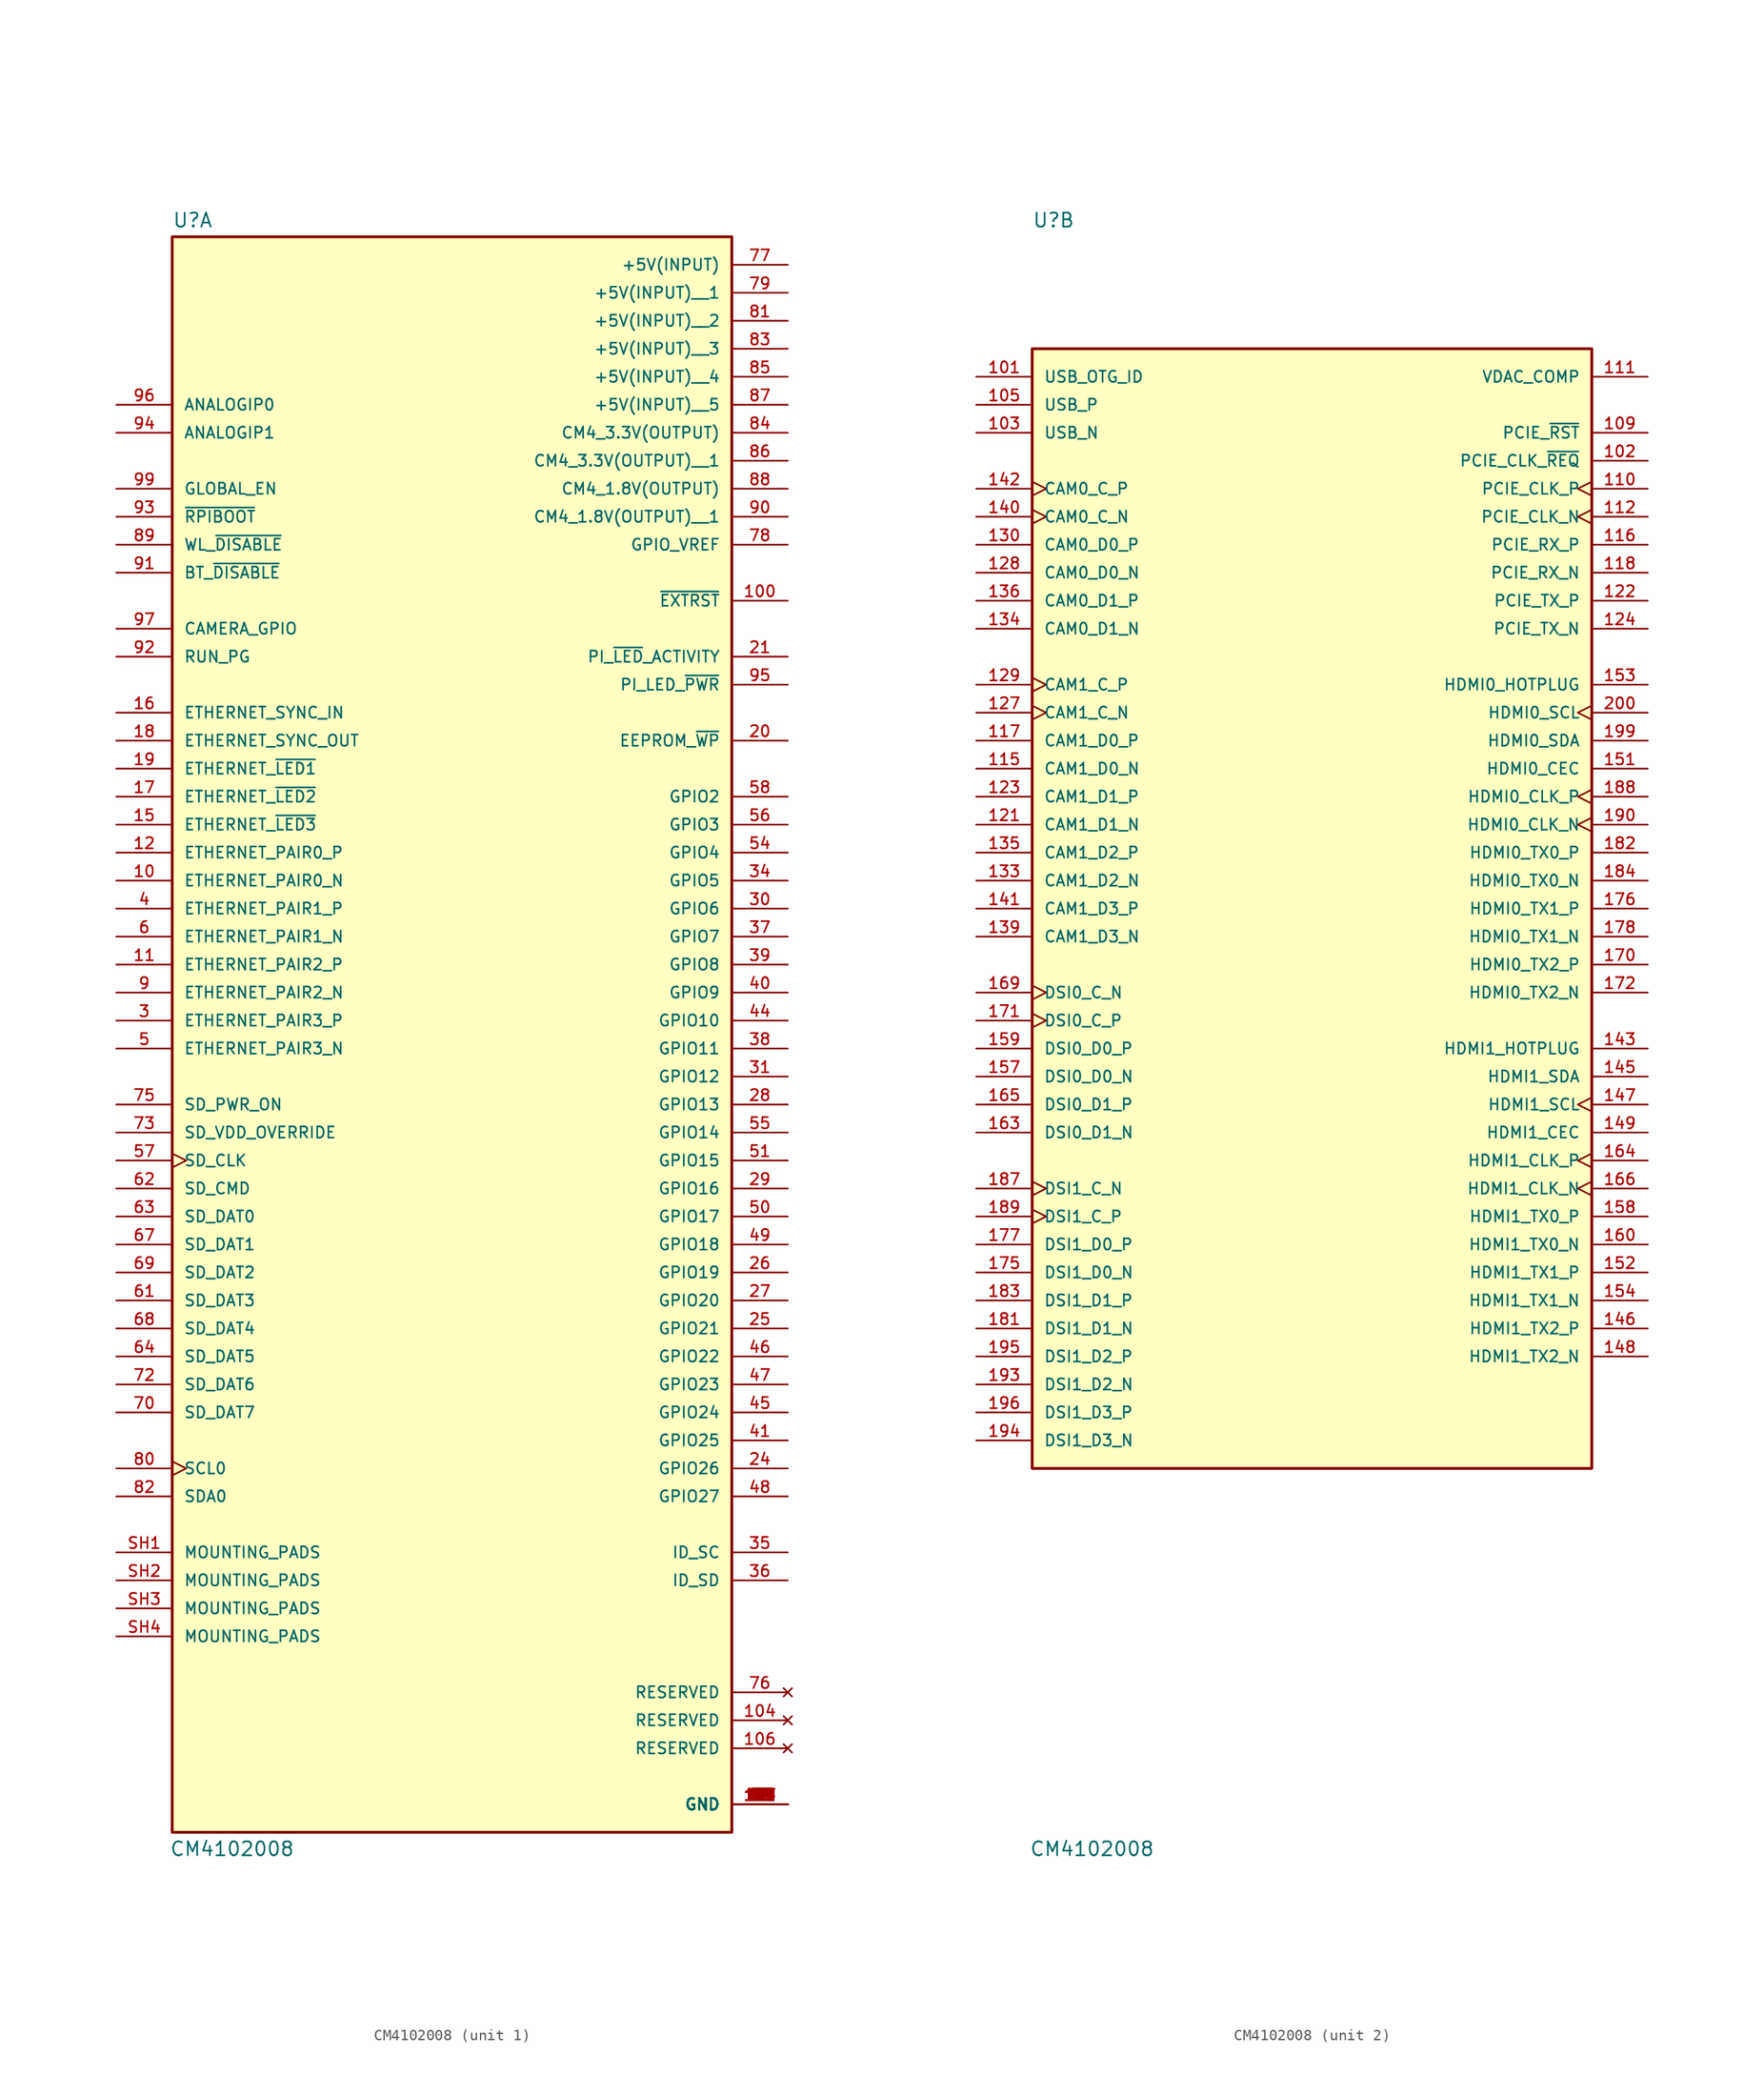
<source format=kicad_sym>
(kicad_symbol_lib
  (version 20241209)
  (generator "kicad_symbol_editor")
  (generator_version "9.0")
  (symbol "CM4102008"
    (pin_names
      (offset 1.016))
    (property "Reference" "U"
      (at -25.4 61.722 0)
      (effects (font (size 1.27 1.27)) (justify left bottom)))
    (property "Value" "CM4102008"
      (at -25.654 -84.582 0)
      (effects (font (size 1.27 1.27)) (justify left top)))
    (symbol "CM4102008_1_0"
      (rectangle (start -25.4 60.96) (end 25.4 -83.82) (stroke (width 0.254) (type default)) (fill (type background)))
      (pin input line (at -30.48 45.72 0) (length 5.08) (name "ANALOGIP0" (effects (font (size 1.016 1.016)))) (number "96" (effects (font (size 1.016 1.016)))))
      (pin input line (at -30.48 43.18 0) (length 5.08) (name "ANALOGIP1" (effects (font (size 1.016 1.016)))) (number "94" (effects (font (size 1.016 1.016)))))
      (pin input line (at -30.48 38.1 0) (length 5.08) (name "GLOBAL_EN" (effects (font (size 1.016 1.016)))) (number "99" (effects (font (size 1.016 1.016)))))
      (pin input line (at -30.48 35.56 0) (length 5.08) (name "~{RPIBOOT}" (effects (font (size 1.016 1.016)))) (number "93" (effects (font (size 1.016 1.016)))))
      (pin input line (at -30.48 33.02 0) (length 5.08) (name "WL_~{DISABLE}" (effects (font (size 1.016 1.016)))) (number "89" (effects (font (size 1.016 1.016)))))
      (pin input line (at -30.48 30.48 0) (length 5.08) (name "BT_~{DISABLE}" (effects (font (size 1.016 1.016)))) (number "91" (effects (font (size 1.016 1.016)))))
      (pin bidirectional line (at -30.48 25.4 0) (length 5.08) (name "CAMERA_GPIO" (effects (font (size 1.016 1.016)))) (number "97" (effects (font (size 1.016 1.016)))))
      (pin bidirectional line (at -30.48 22.86 0) (length 5.08) (name "RUN_PG" (effects (font (size 1.016 1.016)))) (number "92" (effects (font (size 1.016 1.016)))))
      (pin input line (at -30.48 17.78 0) (length 5.08) (name "ETHERNET_SYNC_IN" (effects (font (size 1.016 1.016)))) (number "16" (effects (font (size 1.016 1.016)))))
      (pin output line (at -30.48 15.24 0) (length 5.08) (name "ETHERNET_SYNC_OUT" (effects (font (size 1.016 1.016)))) (number "18" (effects (font (size 1.016 1.016)))))
      (pin output line (at -30.48 12.7 0) (length 5.08) (name "ETHERNET_~{LED1}" (effects (font (size 1.016 1.016)))) (number "19" (effects (font (size 1.016 1.016)))))
      (pin output line (at -30.48 10.16 0) (length 5.08) (name "ETHERNET_~{LED2}" (effects (font (size 1.016 1.016)))) (number "17" (effects (font (size 1.016 1.016)))))
      (pin output line (at -30.48 7.62 0) (length 5.08) (name "ETHERNET_~{LED3}" (effects (font (size 1.016 1.016)))) (number "15" (effects (font (size 1.016 1.016)))))
      (pin bidirectional line (at -30.48 5.08 0) (length 5.08) (name "ETHERNET_PAIR0_P" (effects (font (size 1.016 1.016)))) (number "12" (effects (font (size 1.016 1.016)))))
      (pin bidirectional line (at -30.48 2.54 0) (length 5.08) (name "ETHERNET_PAIR0_N" (effects (font (size 1.016 1.016)))) (number "10" (effects (font (size 1.016 1.016)))))
      (pin bidirectional line (at -30.48 0 0) (length 5.08) (name "ETHERNET_PAIR1_P" (effects (font (size 1.016 1.016)))) (number "4" (effects (font (size 1.016 1.016)))))
      (pin bidirectional line (at -30.48 -2.54 0) (length 5.08) (name "ETHERNET_PAIR1_N" (effects (font (size 1.016 1.016)))) (number "6" (effects (font (size 1.016 1.016)))))
      (pin bidirectional line (at -30.48 -5.08 0) (length 5.08) (name "ETHERNET_PAIR2_P" (effects (font (size 1.016 1.016)))) (number "11" (effects (font (size 1.016 1.016)))))
      (pin bidirectional line (at -30.48 -7.62 0) (length 5.08) (name "ETHERNET_PAIR2_N" (effects (font (size 1.016 1.016)))) (number "9" (effects (font (size 1.016 1.016)))))
      (pin bidirectional line (at -30.48 -10.16 0) (length 5.08) (name "ETHERNET_PAIR3_P" (effects (font (size 1.016 1.016)))) (number "3" (effects (font (size 1.016 1.016)))))
      (pin bidirectional line (at -30.48 -12.7 0) (length 5.08) (name "ETHERNET_PAIR3_N" (effects (font (size 1.016 1.016)))) (number "5" (effects (font (size 1.016 1.016)))))
      (pin output line (at -30.48 -17.78 0) (length 5.08) (name "SD_PWR_ON" (effects (font (size 1.016 1.016)))) (number "75" (effects (font (size 1.016 1.016)))))
      (pin input line (at -30.48 -20.32 0) (length 5.08) (name "SD_VDD_OVERRIDE" (effects (font (size 1.016 1.016)))) (number "73" (effects (font (size 1.016 1.016)))))
      (pin bidirectional clock (at -30.48 -22.86 0) (length 5.08) (name "SD_CLK" (effects (font (size 1.016 1.016)))) (number "57" (effects (font (size 1.016 1.016)))))
      (pin input line (at -30.48 -25.4 0) (length 5.08) (name "SD_CMD" (effects (font (size 1.016 1.016)))) (number "62" (effects (font (size 1.016 1.016)))))
      (pin bidirectional line (at -30.48 -27.94 0) (length 5.08) (name "SD_DAT0" (effects (font (size 1.016 1.016)))) (number "63" (effects (font (size 1.016 1.016)))))
      (pin bidirectional line (at -30.48 -30.48 0) (length 5.08) (name "SD_DAT1" (effects (font (size 1.016 1.016)))) (number "67" (effects (font (size 1.016 1.016)))))
      (pin bidirectional line (at -30.48 -33.02 0) (length 5.08) (name "SD_DAT2" (effects (font (size 1.016 1.016)))) (number "69" (effects (font (size 1.016 1.016)))))
      (pin bidirectional line (at -30.48 -35.56 0) (length 5.08) (name "SD_DAT3" (effects (font (size 1.016 1.016)))) (number "61" (effects (font (size 1.016 1.016)))))
      (pin bidirectional line (at -30.48 -38.1 0) (length 5.08) (name "SD_DAT4" (effects (font (size 1.016 1.016)))) (number "68" (effects (font (size 1.016 1.016)))))
      (pin bidirectional line (at -30.48 -40.64 0) (length 5.08) (name "SD_DAT5" (effects (font (size 1.016 1.016)))) (number "64" (effects (font (size 1.016 1.016)))))
      (pin bidirectional line (at -30.48 -43.18 0) (length 5.08) (name "SD_DAT6" (effects (font (size 1.016 1.016)))) (number "72" (effects (font (size 1.016 1.016)))))
      (pin bidirectional line (at -30.48 -45.72 0) (length 5.08) (name "SD_DAT7" (effects (font (size 1.016 1.016)))) (number "70" (effects (font (size 1.016 1.016)))))
      (pin input clock (at -30.48 -50.8 0) (length 5.08) (name "SCL0" (effects (font (size 1.016 1.016)))) (number "80" (effects (font (size 1.016 1.016)))))
      (pin bidirectional line (at -30.48 -53.34 0) (length 5.08) (name "SDA0" (effects (font (size 1.016 1.016)))) (number "82" (effects (font (size 1.016 1.016)))))
      (pin passive line (at -30.48 -58.42 0) (length 5.08) (name "MOUNTING_PADS" (effects (font (size 1.016 1.016)))) (number "SH1" (effects (font (size 1.016 1.016)))))
      (pin passive line (at -30.48 -60.96 0) (length 5.08) (name "MOUNTING_PADS" (effects (font (size 1.016 1.016)))) (number "SH2" (effects (font (size 1.016 1.016)))))
      (pin passive line (at -30.48 -63.5 0) (length 5.08) (name "MOUNTING_PADS" (effects (font (size 1.016 1.016)))) (number "SH3" (effects (font (size 1.016 1.016)))))
      (pin passive line (at -30.48 -66.04 0) (length 5.08) (name "MOUNTING_PADS" (effects (font (size 1.016 1.016)))) (number "SH4" (effects (font (size 1.016 1.016)))))
      (pin power_in line (at 30.48 58.42 180) (length 5.08) (name "+5V(INPUT)" (effects (font (size 1.016 1.016)))) (number "77" (effects (font (size 1.016 1.016)))))
      (pin power_in line (at 30.48 55.88 180) (length 5.08) (name "+5V(INPUT)__1" (effects (font (size 1.016 1.016)))) (number "79" (effects (font (size 1.016 1.016)))))
      (pin power_in line (at 30.48 53.34 180) (length 5.08) (name "+5V(INPUT)__2" (effects (font (size 1.016 1.016)))) (number "81" (effects (font (size 1.016 1.016)))))
      (pin power_in line (at 30.48 50.8 180) (length 5.08) (name "+5V(INPUT)__3" (effects (font (size 1.016 1.016)))) (number "83" (effects (font (size 1.016 1.016)))))
      (pin power_in line (at 30.48 48.26 180) (length 5.08) (name "+5V(INPUT)__4" (effects (font (size 1.016 1.016)))) (number "85" (effects (font (size 1.016 1.016)))))
      (pin power_in line (at 30.48 45.72 180) (length 5.08) (name "+5V(INPUT)__5" (effects (font (size 1.016 1.016)))) (number "87" (effects (font (size 1.016 1.016)))))
      (pin power_in line (at 30.48 43.18 180) (length 5.08) (name "CM4_3.3V(OUTPUT)" (effects (font (size 1.016 1.016)))) (number "84" (effects (font (size 1.016 1.016)))))
      (pin power_in line (at 30.48 40.64 180) (length 5.08) (name "CM4_3.3V(OUTPUT)__1" (effects (font (size 1.016 1.016)))) (number "86" (effects (font (size 1.016 1.016)))))
      (pin power_in line (at 30.48 38.1 180) (length 5.08) (name "CM4_1.8V(OUTPUT)" (effects (font (size 1.016 1.016)))) (number "88" (effects (font (size 1.016 1.016)))))
      (pin power_in line (at 30.48 35.56 180) (length 5.08) (name "CM4_1.8V(OUTPUT)__1" (effects (font (size 1.016 1.016)))) (number "90" (effects (font (size 1.016 1.016)))))
      (pin power_in line (at 30.48 33.02 180) (length 5.08) (name "GPIO_VREF" (effects (font (size 1.016 1.016)))) (number "78" (effects (font (size 1.016 1.016)))))
      (pin output line (at 30.48 27.94 180) (length 5.08) (name "~{EXTRST}" (effects (font (size 1.016 1.016)))) (number "100" (effects (font (size 1.016 1.016)))))
      (pin bidirectional line (at 30.48 22.86 180) (length 5.08) (name "PI_~{LED}_ACTIVITY" (effects (font (size 1.016 1.016)))) (number "21" (effects (font (size 1.016 1.016)))))
      (pin output line (at 30.48 20.32 180) (length 5.08) (name "PI_LED_~{PWR}" (effects (font (size 1.016 1.016)))) (number "95" (effects (font (size 1.016 1.016)))))
      (pin bidirectional line (at 30.48 15.24 180) (length 5.08) (name "EEPROM_~{WP}" (effects (font (size 1.016 1.016)))) (number "20" (effects (font (size 1.016 1.016)))))
      (pin bidirectional line (at 30.48 10.16 180) (length 5.08) (name "GPIO2" (effects (font (size 1.016 1.016)))) (number "58" (effects (font (size 1.016 1.016)))))
      (pin bidirectional line (at 30.48 7.62 180) (length 5.08) (name "GPIO3" (effects (font (size 1.016 1.016)))) (number "56" (effects (font (size 1.016 1.016)))))
      (pin bidirectional line (at 30.48 5.08 180) (length 5.08) (name "GPIO4" (effects (font (size 1.016 1.016)))) (number "54" (effects (font (size 1.016 1.016)))))
      (pin bidirectional line (at 30.48 2.54 180) (length 5.08) (name "GPIO5" (effects (font (size 1.016 1.016)))) (number "34" (effects (font (size 1.016 1.016)))))
      (pin bidirectional line (at 30.48 0 180) (length 5.08) (name "GPIO6" (effects (font (size 1.016 1.016)))) (number "30" (effects (font (size 1.016 1.016)))))
      (pin bidirectional line (at 30.48 -2.54 180) (length 5.08) (name "GPIO7" (effects (font (size 1.016 1.016)))) (number "37" (effects (font (size 1.016 1.016)))))
      (pin bidirectional line (at 30.48 -5.08 180) (length 5.08) (name "GPIO8" (effects (font (size 1.016 1.016)))) (number "39" (effects (font (size 1.016 1.016)))))
      (pin bidirectional line (at 30.48 -7.62 180) (length 5.08) (name "GPIO9" (effects (font (size 1.016 1.016)))) (number "40" (effects (font (size 1.016 1.016)))))
      (pin bidirectional line (at 30.48 -10.16 180) (length 5.08) (name "GPIO10" (effects (font (size 1.016 1.016)))) (number "44" (effects (font (size 1.016 1.016)))))
      (pin bidirectional line (at 30.48 -12.7 180) (length 5.08) (name "GPIO11" (effects (font (size 1.016 1.016)))) (number "38" (effects (font (size 1.016 1.016)))))
      (pin bidirectional line (at 30.48 -15.24 180) (length 5.08) (name "GPIO12" (effects (font (size 1.016 1.016)))) (number "31" (effects (font (size 1.016 1.016)))))
      (pin bidirectional line (at 30.48 -17.78 180) (length 5.08) (name "GPIO13" (effects (font (size 1.016 1.016)))) (number "28" (effects (font (size 1.016 1.016)))))
      (pin bidirectional line (at 30.48 -20.32 180) (length 5.08) (name "GPIO14" (effects (font (size 1.016 1.016)))) (number "55" (effects (font (size 1.016 1.016)))))
      (pin bidirectional line (at 30.48 -22.86 180) (length 5.08) (name "GPIO15" (effects (font (size 1.016 1.016)))) (number "51" (effects (font (size 1.016 1.016)))))
      (pin bidirectional line (at 30.48 -25.4 180) (length 5.08) (name "GPIO16" (effects (font (size 1.016 1.016)))) (number "29" (effects (font (size 1.016 1.016)))))
      (pin bidirectional line (at 30.48 -27.94 180) (length 5.08) (name "GPIO17" (effects (font (size 1.016 1.016)))) (number "50" (effects (font (size 1.016 1.016)))))
      (pin bidirectional line (at 30.48 -30.48 180) (length 5.08) (name "GPIO18" (effects (font (size 1.016 1.016)))) (number "49" (effects (font (size 1.016 1.016)))))
      (pin bidirectional line (at 30.48 -33.02 180) (length 5.08) (name "GPIO19" (effects (font (size 1.016 1.016)))) (number "26" (effects (font (size 1.016 1.016)))))
      (pin bidirectional line (at 30.48 -35.56 180) (length 5.08) (name "GPIO20" (effects (font (size 1.016 1.016)))) (number "27" (effects (font (size 1.016 1.016)))))
      (pin bidirectional line (at 30.48 -38.1 180) (length 5.08) (name "GPIO21" (effects (font (size 1.016 1.016)))) (number "25" (effects (font (size 1.016 1.016)))))
      (pin bidirectional line (at 30.48 -40.64 180) (length 5.08) (name "GPIO22" (effects (font (size 1.016 1.016)))) (number "46" (effects (font (size 1.016 1.016)))))
      (pin bidirectional line (at 30.48 -43.18 180) (length 5.08) (name "GPIO23" (effects (font (size 1.016 1.016)))) (number "47" (effects (font (size 1.016 1.016)))))
      (pin bidirectional line (at 30.48 -45.72 180) (length 5.08) (name "GPIO24" (effects (font (size 1.016 1.016)))) (number "45" (effects (font (size 1.016 1.016)))))
      (pin bidirectional line (at 30.48 -48.26 180) (length 5.08) (name "GPIO25" (effects (font (size 1.016 1.016)))) (number "41" (effects (font (size 1.016 1.016)))))
      (pin bidirectional line (at 30.48 -50.8 180) (length 5.08) (name "GPIO26" (effects (font (size 1.016 1.016)))) (number "24" (effects (font (size 1.016 1.016)))))
      (pin bidirectional line (at 30.48 -53.34 180) (length 5.08) (name "GPIO27" (effects (font (size 1.016 1.016)))) (number "48" (effects (font (size 1.016 1.016)))))
      (pin bidirectional line (at 30.48 -58.42 180) (length 5.08) (name "ID_SC" (effects (font (size 1.016 1.016)))) (number "35" (effects (font (size 1.016 1.016)))))
      (pin bidirectional line (at 30.48 -60.96 180) (length 5.08) (name "ID_SD" (effects (font (size 1.016 1.016)))) (number "36" (effects (font (size 1.016 1.016)))))
      (pin no_connect line (at 30.48 -71.12 180) (length 5.08) (name "RESERVED" (effects (font (size 1.016 1.016)))) (number "76" (effects (font (size 1.016 1.016)))))
      (pin no_connect line (at 30.48 -73.66 180) (length 5.08) (name "RESERVED" (effects (font (size 1.016 1.016)))) (number "104" (effects (font (size 1.016 1.016)))))
      (pin no_connect line (at 30.48 -76.2 180) (length 5.08) (name "RESERVED" (effects (font (size 1.016 1.016)))) (number "106" (effects (font (size 1.016 1.016)))))
      (pin power_in line (at 30.48 -81.28 180) (length 5.08) (name "GND" (effects (font (size 1.016 1.016)))) (number "1" (effects (font (size 1.016 1.016)))))
      (pin power_in line (at 30.48 -81.28 180) (length 5.08) (name "GND" (effects (font (size 1.016 1.016)))) (number "107" (effects (font (size 1.016 1.016)))))
      (pin power_in line (at 30.48 -81.28 180) (length 5.08) (name "GND" (effects (font (size 1.016 1.016)))) (number "108" (effects (font (size 1.016 1.016)))))
      (pin power_in line (at 30.48 -81.28 180) (length 5.08) (name "GND" (effects (font (size 1.016 1.016)))) (number "113" (effects (font (size 1.016 1.016)))))
      (pin power_in line (at 30.48 -81.28 180) (length 5.08) (name "GND" (effects (font (size 1.016 1.016)))) (number "114" (effects (font (size 1.016 1.016)))))
      (pin power_in line (at 30.48 -81.28 180) (length 5.08) (name "GND" (effects (font (size 1.016 1.016)))) (number "119" (effects (font (size 1.016 1.016)))))
      (pin power_in line (at 30.48 -81.28 180) (length 5.08) (name "GND" (effects (font (size 1.016 1.016)))) (number "120" (effects (font (size 1.016 1.016)))))
      (pin power_in line (at 30.48 -81.28 180) (length 5.08) (name "GND" (effects (font (size 1.016 1.016)))) (number "125" (effects (font (size 1.016 1.016)))))
      (pin power_in line (at 30.48 -81.28 180) (length 5.08) (name "GND" (effects (font (size 1.016 1.016)))) (number "126" (effects (font (size 1.016 1.016)))))
      (pin power_in line (at 30.48 -81.28 180) (length 5.08) (name "GND" (effects (font (size 1.016 1.016)))) (number "13" (effects (font (size 1.016 1.016)))))
      (pin power_in line (at 30.48 -81.28 180) (length 5.08) (name "GND" (effects (font (size 1.016 1.016)))) (number "131" (effects (font (size 1.016 1.016)))))
      (pin power_in line (at 30.48 -81.28 180) (length 5.08) (name "GND" (effects (font (size 1.016 1.016)))) (number "132" (effects (font (size 1.016 1.016)))))
      (pin power_in line (at 30.48 -81.28 180) (length 5.08) (name "GND" (effects (font (size 1.016 1.016)))) (number "137" (effects (font (size 1.016 1.016)))))
      (pin power_in line (at 30.48 -81.28 180) (length 5.08) (name "GND" (effects (font (size 1.016 1.016)))) (number "138" (effects (font (size 1.016 1.016)))))
      (pin power_in line (at 30.48 -81.28 180) (length 5.08) (name "GND" (effects (font (size 1.016 1.016)))) (number "14" (effects (font (size 1.016 1.016)))))
      (pin power_in line (at 30.48 -81.28 180) (length 5.08) (name "GND" (effects (font (size 1.016 1.016)))) (number "144" (effects (font (size 1.016 1.016)))))
      (pin power_in line (at 30.48 -81.28 180) (length 5.08) (name "GND" (effects (font (size 1.016 1.016)))) (number "150" (effects (font (size 1.016 1.016)))))
      (pin power_in line (at 30.48 -81.28 180) (length 5.08) (name "GND" (effects (font (size 1.016 1.016)))) (number "155" (effects (font (size 1.016 1.016)))))
      (pin power_in line (at 30.48 -81.28 180) (length 5.08) (name "GND" (effects (font (size 1.016 1.016)))) (number "156" (effects (font (size 1.016 1.016)))))
      (pin power_in line (at 30.48 -81.28 180) (length 5.08) (name "GND" (effects (font (size 1.016 1.016)))) (number "161" (effects (font (size 1.016 1.016)))))
      (pin power_in line (at 30.48 -81.28 180) (length 5.08) (name "GND" (effects (font (size 1.016 1.016)))) (number "162" (effects (font (size 1.016 1.016)))))
      (pin power_in line (at 30.48 -81.28 180) (length 5.08) (name "GND" (effects (font (size 1.016 1.016)))) (number "167" (effects (font (size 1.016 1.016)))))
      (pin power_in line (at 30.48 -81.28 180) (length 5.08) (name "GND" (effects (font (size 1.016 1.016)))) (number "168" (effects (font (size 1.016 1.016)))))
      (pin power_in line (at 30.48 -81.28 180) (length 5.08) (name "GND" (effects (font (size 1.016 1.016)))) (number "173" (effects (font (size 1.016 1.016)))))
      (pin power_in line (at 30.48 -81.28 180) (length 5.08) (name "GND" (effects (font (size 1.016 1.016)))) (number "174" (effects (font (size 1.016 1.016)))))
      (pin power_in line (at 30.48 -81.28 180) (length 5.08) (name "GND" (effects (font (size 1.016 1.016)))) (number "179" (effects (font (size 1.016 1.016)))))
      (pin power_in line (at 30.48 -81.28 180) (length 5.08) (name "GND" (effects (font (size 1.016 1.016)))) (number "180" (effects (font (size 1.016 1.016)))))
      (pin power_in line (at 30.48 -81.28 180) (length 5.08) (name "GND" (effects (font (size 1.016 1.016)))) (number "185" (effects (font (size 1.016 1.016)))))
      (pin power_in line (at 30.48 -81.28 180) (length 5.08) (name "GND" (effects (font (size 1.016 1.016)))) (number "186" (effects (font (size 1.016 1.016)))))
      (pin power_in line (at 30.48 -81.28 180) (length 5.08) (name "GND" (effects (font (size 1.016 1.016)))) (number "191" (effects (font (size 1.016 1.016)))))
      (pin power_in line (at 30.48 -81.28 180) (length 5.08) (name "GND" (effects (font (size 1.016 1.016)))) (number "192" (effects (font (size 1.016 1.016)))))
      (pin power_in line (at 30.48 -81.28 180) (length 5.08) (name "GND" (effects (font (size 1.016 1.016)))) (number "197" (effects (font (size 1.016 1.016)))))
      (pin power_in line (at 30.48 -81.28 180) (length 5.08) (name "GND" (effects (font (size 1.016 1.016)))) (number "198" (effects (font (size 1.016 1.016)))))
      (pin power_in line (at 30.48 -81.28 180) (length 5.08) (name "GND" (effects (font (size 1.016 1.016)))) (number "2" (effects (font (size 1.016 1.016)))))
      (pin power_in line (at 30.48 -81.28 180) (length 5.08) (name "GND" (effects (font (size 1.016 1.016)))) (number "22" (effects (font (size 1.016 1.016)))))
      (pin power_in line (at 30.48 -81.28 180) (length 5.08) (name "GND" (effects (font (size 1.016 1.016)))) (number "23" (effects (font (size 1.016 1.016)))))
      (pin power_in line (at 30.48 -81.28 180) (length 5.08) (name "GND" (effects (font (size 1.016 1.016)))) (number "32" (effects (font (size 1.016 1.016)))))
      (pin power_in line (at 30.48 -81.28 180) (length 5.08) (name "GND" (effects (font (size 1.016 1.016)))) (number "33" (effects (font (size 1.016 1.016)))))
      (pin power_in line (at 30.48 -81.28 180) (length 5.08) (name "GND" (effects (font (size 1.016 1.016)))) (number "42" (effects (font (size 1.016 1.016)))))
      (pin power_in line (at 30.48 -81.28 180) (length 5.08) (name "GND" (effects (font (size 1.016 1.016)))) (number "43" (effects (font (size 1.016 1.016)))))
      (pin power_in line (at 30.48 -81.28 180) (length 5.08) (name "GND" (effects (font (size 1.016 1.016)))) (number "52" (effects (font (size 1.016 1.016)))))
      (pin power_in line (at 30.48 -81.28 180) (length 5.08) (name "GND" (effects (font (size 1.016 1.016)))) (number "53" (effects (font (size 1.016 1.016)))))
      (pin power_in line (at 30.48 -81.28 180) (length 5.08) (name "GND" (effects (font (size 1.016 1.016)))) (number "59" (effects (font (size 1.016 1.016)))))
      (pin power_in line (at 30.48 -81.28 180) (length 5.08) (name "GND" (effects (font (size 1.016 1.016)))) (number "60" (effects (font (size 1.016 1.016)))))
      (pin power_in line (at 30.48 -81.28 180) (length 5.08) (name "GND" (effects (font (size 1.016 1.016)))) (number "65" (effects (font (size 1.016 1.016)))))
      (pin power_in line (at 30.48 -81.28 180) (length 5.08) (name "GND" (effects (font (size 1.016 1.016)))) (number "66" (effects (font (size 1.016 1.016)))))
      (pin power_in line (at 30.48 -81.28 180) (length 5.08) (name "GND" (effects (font (size 1.016 1.016)))) (number "7" (effects (font (size 1.016 1.016)))))
      (pin power_in line (at 30.48 -81.28 180) (length 5.08) (name "GND" (effects (font (size 1.016 1.016)))) (number "71" (effects (font (size 1.016 1.016)))))
      (pin power_in line (at 30.48 -81.28 180) (length 5.08) (name "GND" (effects (font (size 1.016 1.016)))) (number "74" (effects (font (size 1.016 1.016)))))
      (pin power_in line (at 30.48 -81.28 180) (length 5.08) (name "GND" (effects (font (size 1.016 1.016)))) (number "8" (effects (font (size 1.016 1.016)))))
      (pin power_in line (at 30.48 -81.28 180) (length 5.08) (name "GND" (effects (font (size 1.016 1.016)))) (number "98" (effects (font (size 1.016 1.016))))))
    (symbol "CM4102008_2_0"
      (rectangle (start -25.4 -50.8) (end 25.4 50.8) (stroke (width 0.254) (type default)) (fill (type background)))
      (pin input line (at -30.48 48.26 0) (length 5.08) (name "USB_OTG_ID" (effects (font (size 1.016 1.016)))) (number "101" (effects (font (size 1.016 1.016)))))
      (pin bidirectional line (at -30.48 45.72 0) (length 5.08) (name "USB_P" (effects (font (size 1.016 1.016)))) (number "105" (effects (font (size 1.016 1.016)))))
      (pin bidirectional line (at -30.48 43.18 0) (length 5.08) (name "USB_N" (effects (font (size 1.016 1.016)))) (number "103" (effects (font (size 1.016 1.016)))))
      (pin input clock (at -30.48 38.1 0) (length 5.08) (name "CAM0_C_P" (effects (font (size 1.016 1.016)))) (number "142" (effects (font (size 1.016 1.016)))))
      (pin input clock (at -30.48 35.56 0) (length 5.08) (name "CAM0_C_N" (effects (font (size 1.016 1.016)))) (number "140" (effects (font (size 1.016 1.016)))))
      (pin input line (at -30.48 33.02 0) (length 5.08) (name "CAM0_D0_P" (effects (font (size 1.016 1.016)))) (number "130" (effects (font (size 1.016 1.016)))))
      (pin input line (at -30.48 30.48 0) (length 5.08) (name "CAM0_D0_N" (effects (font (size 1.016 1.016)))) (number "128" (effects (font (size 1.016 1.016)))))
      (pin input line (at -30.48 27.94 0) (length 5.08) (name "CAM0_D1_P" (effects (font (size 1.016 1.016)))) (number "136" (effects (font (size 1.016 1.016)))))
      (pin input line (at -30.48 25.4 0) (length 5.08) (name "CAM0_D1_N" (effects (font (size 1.016 1.016)))) (number "134" (effects (font (size 1.016 1.016)))))
      (pin input clock (at -30.48 20.32 0) (length 5.08) (name "CAM1_C_P" (effects (font (size 1.016 1.016)))) (number "129" (effects (font (size 1.016 1.016)))))
      (pin input clock (at -30.48 17.78 0) (length 5.08) (name "CAM1_C_N" (effects (font (size 1.016 1.016)))) (number "127" (effects (font (size 1.016 1.016)))))
      (pin input line (at -30.48 15.24 0) (length 5.08) (name "CAM1_D0_P" (effects (font (size 1.016 1.016)))) (number "117" (effects (font (size 1.016 1.016)))))
      (pin input line (at -30.48 12.7 0) (length 5.08) (name "CAM1_D0_N" (effects (font (size 1.016 1.016)))) (number "115" (effects (font (size 1.016 1.016)))))
      (pin input line (at -30.48 10.16 0) (length 5.08) (name "CAM1_D1_P" (effects (font (size 1.016 1.016)))) (number "123" (effects (font (size 1.016 1.016)))))
      (pin input line (at -30.48 7.62 0) (length 5.08) (name "CAM1_D1_N" (effects (font (size 1.016 1.016)))) (number "121" (effects (font (size 1.016 1.016)))))
      (pin input line (at -30.48 5.08 0) (length 5.08) (name "CAM1_D2_P" (effects (font (size 1.016 1.016)))) (number "135" (effects (font (size 1.016 1.016)))))
      (pin input line (at -30.48 2.54 0) (length 5.08) (name "CAM1_D2_N" (effects (font (size 1.016 1.016)))) (number "133" (effects (font (size 1.016 1.016)))))
      (pin input line (at -30.48 0 0) (length 5.08) (name "CAM1_D3_P" (effects (font (size 1.016 1.016)))) (number "141" (effects (font (size 1.016 1.016)))))
      (pin input line (at -30.48 -2.54 0) (length 5.08) (name "CAM1_D3_N" (effects (font (size 1.016 1.016)))) (number "139" (effects (font (size 1.016 1.016)))))
      (pin output clock (at -30.48 -7.62 0) (length 5.08) (name "DSI0_C_N" (effects (font (size 1.016 1.016)))) (number "169" (effects (font (size 1.016 1.016)))))
      (pin output clock (at -30.48 -10.16 0) (length 5.08) (name "DSI0_C_P" (effects (font (size 1.016 1.016)))) (number "171" (effects (font (size 1.016 1.016)))))
      (pin output line (at -30.48 -12.7 0) (length 5.08) (name "DSI0_D0_P" (effects (font (size 1.016 1.016)))) (number "159" (effects (font (size 1.016 1.016)))))
      (pin output line (at -30.48 -15.24 0) (length 5.08) (name "DSI0_D0_N" (effects (font (size 1.016 1.016)))) (number "157" (effects (font (size 1.016 1.016)))))
      (pin output line (at -30.48 -17.78 0) (length 5.08) (name "DSI0_D1_P" (effects (font (size 1.016 1.016)))) (number "165" (effects (font (size 1.016 1.016)))))
      (pin output line (at -30.48 -20.32 0) (length 5.08) (name "DSI0_D1_N" (effects (font (size 1.016 1.016)))) (number "163" (effects (font (size 1.016 1.016)))))
      (pin output clock (at -30.48 -25.4 0) (length 5.08) (name "DSI1_C_N" (effects (font (size 1.016 1.016)))) (number "187" (effects (font (size 1.016 1.016)))))
      (pin output clock (at -30.48 -27.94 0) (length 5.08) (name "DSI1_C_P" (effects (font (size 1.016 1.016)))) (number "189" (effects (font (size 1.016 1.016)))))
      (pin output line (at -30.48 -30.48 0) (length 5.08) (name "DSI1_D0_P" (effects (font (size 1.016 1.016)))) (number "177" (effects (font (size 1.016 1.016)))))
      (pin output line (at -30.48 -33.02 0) (length 5.08) (name "DSI1_D0_N" (effects (font (size 1.016 1.016)))) (number "175" (effects (font (size 1.016 1.016)))))
      (pin output line (at -30.48 -35.56 0) (length 5.08) (name "DSI1_D1_P" (effects (font (size 1.016 1.016)))) (number "183" (effects (font (size 1.016 1.016)))))
      (pin output line (at -30.48 -38.1 0) (length 5.08) (name "DSI1_D1_N" (effects (font (size 1.016 1.016)))) (number "181" (effects (font (size 1.016 1.016)))))
      (pin output line (at -30.48 -40.64 0) (length 5.08) (name "DSI1_D2_P" (effects (font (size 1.016 1.016)))) (number "195" (effects (font (size 1.016 1.016)))))
      (pin output line (at -30.48 -43.18 0) (length 5.08) (name "DSI1_D2_N" (effects (font (size 1.016 1.016)))) (number "193" (effects (font (size 1.016 1.016)))))
      (pin output line (at -30.48 -45.72 0) (length 5.08) (name "DSI1_D3_P" (effects (font (size 1.016 1.016)))) (number "196" (effects (font (size 1.016 1.016)))))
      (pin output line (at -30.48 -48.26 0) (length 5.08) (name "DSI1_D3_N" (effects (font (size 1.016 1.016)))) (number "194" (effects (font (size 1.016 1.016)))))
      (pin output line (at 30.48 48.26 180) (length 5.08) (name "VDAC_COMP" (effects (font (size 1.016 1.016)))) (number "111" (effects (font (size 1.016 1.016)))))
      (pin output line (at 30.48 43.18 180) (length 5.08) (name "PCIE_~{RST}" (effects (font (size 1.016 1.016)))) (number "109" (effects (font (size 1.016 1.016)))))
      (pin input line (at 30.48 40.64 180) (length 5.08) (name "PCIE_CLK_~{REQ}" (effects (font (size 1.016 1.016)))) (number "102" (effects (font (size 1.016 1.016)))))
      (pin output clock (at 30.48 38.1 180) (length 5.08) (name "PCIE_CLK_P" (effects (font (size 1.016 1.016)))) (number "110" (effects (font (size 1.016 1.016)))))
      (pin output clock (at 30.48 35.56 180) (length 5.08) (name "PCIE_CLK_N" (effects (font (size 1.016 1.016)))) (number "112" (effects (font (size 1.016 1.016)))))
      (pin input line (at 30.48 33.02 180) (length 5.08) (name "PCIE_RX_P" (effects (font (size 1.016 1.016)))) (number "116" (effects (font (size 1.016 1.016)))))
      (pin input line (at 30.48 30.48 180) (length 5.08) (name "PCIE_RX_N" (effects (font (size 1.016 1.016)))) (number "118" (effects (font (size 1.016 1.016)))))
      (pin output line (at 30.48 27.94 180) (length 5.08) (name "PCIE_TX_P" (effects (font (size 1.016 1.016)))) (number "122" (effects (font (size 1.016 1.016)))))
      (pin output line (at 30.48 25.4 180) (length 5.08) (name "PCIE_TX_N" (effects (font (size 1.016 1.016)))) (number "124" (effects (font (size 1.016 1.016)))))
      (pin input line (at 30.48 20.32 180) (length 5.08) (name "HDMI0_HOTPLUG" (effects (font (size 1.016 1.016)))) (number "153" (effects (font (size 1.016 1.016)))))
      (pin bidirectional clock (at 30.48 17.78 180) (length 5.08) (name "HDMI0_SCL" (effects (font (size 1.016 1.016)))) (number "200" (effects (font (size 1.016 1.016)))))
      (pin bidirectional line (at 30.48 15.24 180) (length 5.08) (name "HDMI0_SDA" (effects (font (size 1.016 1.016)))) (number "199" (effects (font (size 1.016 1.016)))))
      (pin input line (at 30.48 12.7 180) (length 5.08) (name "HDMI0_CEC" (effects (font (size 1.016 1.016)))) (number "151" (effects (font (size 1.016 1.016)))))
      (pin output clock (at 30.48 10.16 180) (length 5.08) (name "HDMI0_CLK_P" (effects (font (size 1.016 1.016)))) (number "188" (effects (font (size 1.016 1.016)))))
      (pin output clock (at 30.48 7.62 180) (length 5.08) (name "HDMI0_CLK_N" (effects (font (size 1.016 1.016)))) (number "190" (effects (font (size 1.016 1.016)))))
      (pin output line (at 30.48 5.08 180) (length 5.08) (name "HDMI0_TX0_P" (effects (font (size 1.016 1.016)))) (number "182" (effects (font (size 1.016 1.016)))))
      (pin output line (at 30.48 2.54 180) (length 5.08) (name "HDMI0_TX0_N" (effects (font (size 1.016 1.016)))) (number "184" (effects (font (size 1.016 1.016)))))
      (pin output line (at 30.48 0 180) (length 5.08) (name "HDMI0_TX1_P" (effects (font (size 1.016 1.016)))) (number "176" (effects (font (size 1.016 1.016)))))
      (pin output line (at 30.48 -2.54 180) (length 5.08) (name "HDMI0_TX1_N" (effects (font (size 1.016 1.016)))) (number "178" (effects (font (size 1.016 1.016)))))
      (pin output line (at 30.48 -5.08 180) (length 5.08) (name "HDMI0_TX2_P" (effects (font (size 1.016 1.016)))) (number "170" (effects (font (size 1.016 1.016)))))
      (pin output line (at 30.48 -7.62 180) (length 5.08) (name "HDMI0_TX2_N" (effects (font (size 1.016 1.016)))) (number "172" (effects (font (size 1.016 1.016)))))
      (pin input line (at 30.48 -12.7 180) (length 5.08) (name "HDMI1_HOTPLUG" (effects (font (size 1.016 1.016)))) (number "143" (effects (font (size 1.016 1.016)))))
      (pin bidirectional line (at 30.48 -15.24 180) (length 5.08) (name "HDMI1_SDA" (effects (font (size 1.016 1.016)))) (number "145" (effects (font (size 1.016 1.016)))))
      (pin bidirectional clock (at 30.48 -17.78 180) (length 5.08) (name "HDMI1_SCL" (effects (font (size 1.016 1.016)))) (number "147" (effects (font (size 1.016 1.016)))))
      (pin input line (at 30.48 -20.32 180) (length 5.08) (name "HDMI1_CEC" (effects (font (size 1.016 1.016)))) (number "149" (effects (font (size 1.016 1.016)))))
      (pin output clock (at 30.48 -22.86 180) (length 5.08) (name "HDMI1_CLK_P" (effects (font (size 1.016 1.016)))) (number "164" (effects (font (size 1.016 1.016)))))
      (pin output clock (at 30.48 -25.4 180) (length 5.08) (name "HDMI1_CLK_N" (effects (font (size 1.016 1.016)))) (number "166" (effects (font (size 1.016 1.016)))))
      (pin output line (at 30.48 -27.94 180) (length 5.08) (name "HDMI1_TX0_P" (effects (font (size 1.016 1.016)))) (number "158" (effects (font (size 1.016 1.016)))))
      (pin output line (at 30.48 -30.48 180) (length 5.08) (name "HDMI1_TX0_N" (effects (font (size 1.016 1.016)))) (number "160" (effects (font (size 1.016 1.016)))))
      (pin output line (at 30.48 -33.02 180) (length 5.08) (name "HDMI1_TX1_P" (effects (font (size 1.016 1.016)))) (number "152" (effects (font (size 1.016 1.016)))))
      (pin output line (at 30.48 -35.56 180) (length 5.08) (name "HDMI1_TX1_N" (effects (font (size 1.016 1.016)))) (number "154" (effects (font (size 1.016 1.016)))))
      (pin output line (at 30.48 -38.1 180) (length 5.08) (name "HDMI1_TX2_P" (effects (font (size 1.016 1.016)))) (number "146" (effects (font (size 1.016 1.016)))))
      (pin output line (at 30.48 -40.64 180) (length 5.08) (name "HDMI1_TX2_N" (effects (font (size 1.016 1.016)))) (number "148" (effects (font (size 1.016 1.016))))))))
</source>
